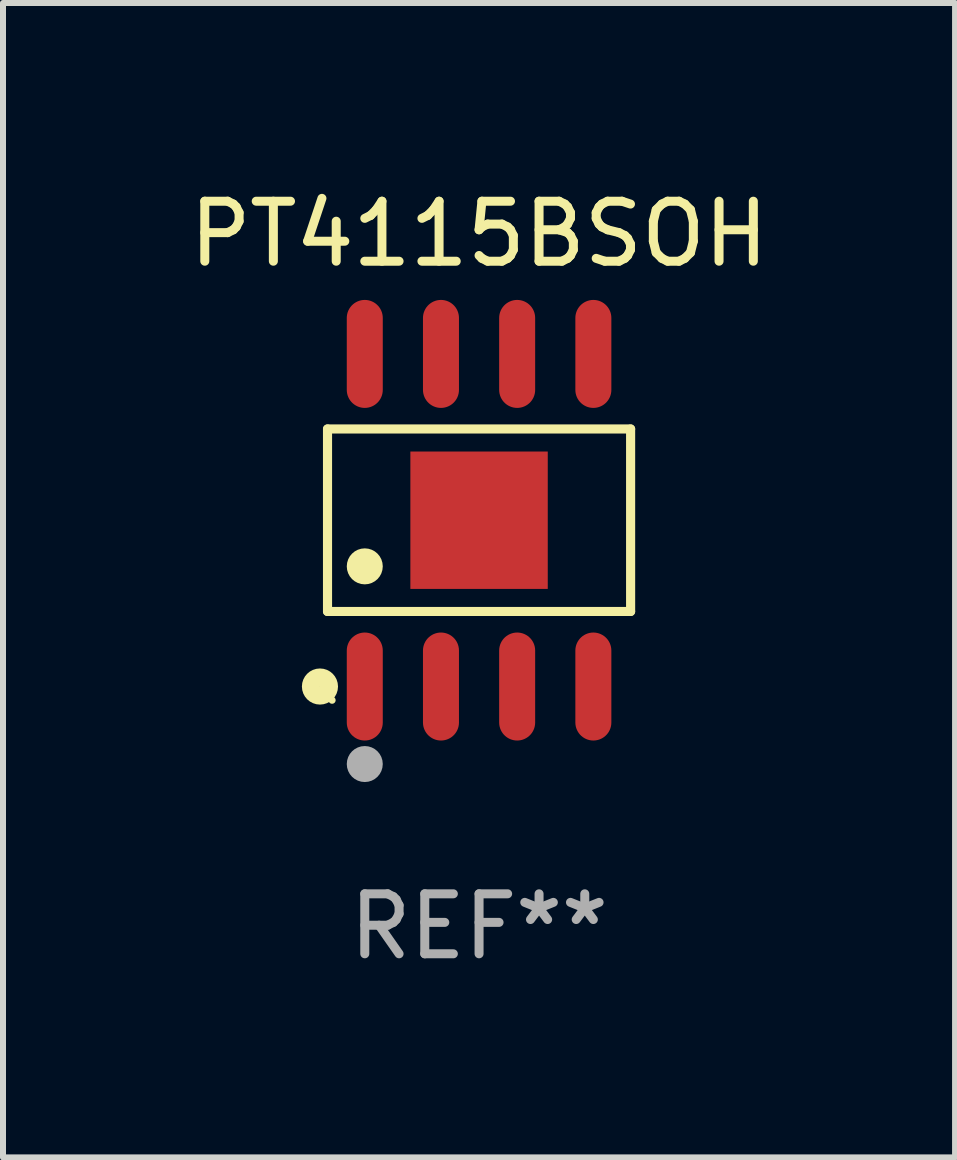
<source format=kicad_pcb>
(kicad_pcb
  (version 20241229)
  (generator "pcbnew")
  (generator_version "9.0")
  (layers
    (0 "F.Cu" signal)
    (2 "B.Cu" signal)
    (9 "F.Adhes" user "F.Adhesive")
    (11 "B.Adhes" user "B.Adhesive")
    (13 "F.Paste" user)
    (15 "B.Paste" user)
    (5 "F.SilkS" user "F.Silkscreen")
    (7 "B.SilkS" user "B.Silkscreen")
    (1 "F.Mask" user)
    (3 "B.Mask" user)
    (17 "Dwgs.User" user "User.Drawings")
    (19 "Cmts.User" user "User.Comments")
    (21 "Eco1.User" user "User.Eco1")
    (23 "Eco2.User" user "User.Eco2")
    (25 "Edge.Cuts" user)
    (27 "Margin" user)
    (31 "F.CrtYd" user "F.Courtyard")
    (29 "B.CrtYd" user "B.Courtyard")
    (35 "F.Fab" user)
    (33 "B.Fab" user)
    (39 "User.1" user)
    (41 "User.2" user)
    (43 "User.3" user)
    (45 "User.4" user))
  (footprint "PT4115BSOH"
    (layer "F.Cu")
    (at 4.935 5.621)
    (property "Reference" "PT4115BSOH" (at 0 -4.772 0) (layer "F.SilkS") (effects (font (size 1 1) (thickness 0.15))))
    (attr through_hole)
    (fp_line (start -2.526 -1.521) (end 2.526 -1.521) (stroke (width 0.152) (type solid)) (layer "F.SilkS"))
    (fp_line (start -2.526 1.521) (end -2.526 -1.521) (stroke (width 0.152) (type solid)) (layer "F.SilkS"))
    (fp_line (start 2.526 -1.521) (end 2.526 1.521) (stroke (width 0.152) (type solid)) (layer "F.SilkS"))
    (fp_line (start 2.526 1.521) (end -2.526 1.521) (stroke (width 0.152) (type solid)) (layer "F.SilkS"))
    (fp_circle (center -2.652 2.772) (end -2.501 2.772) (stroke (width 0.3) (type solid)) (fill no) (layer "F.SilkS"))
    (fp_circle (center -2.45 3) (end -2.42 3) (stroke (width 0.06) (type solid)) (fill no) (layer "F.SilkS"))
    (fp_circle (center -1.905 0.769) (end -1.755 0.769) (stroke (width 0.3) (type solid)) (fill no) (layer "F.SilkS"))
    (fp_circle (center -1.905 4.064) (end -1.755 4.064) (stroke (width 0.3) (type solid)) (fill no) (layer "F.Fab"))
    (fp_text user "REF**" (at 0 6.772 0) (layer "F.Fab") (effects (font (size 1 1) (thickness 0.15))))
    (pad "1" smd oval (at -1.905 2.772) (size 0.6 1.8) (layers "F.Cu" "F.Mask" "F.Paste"))
    (pad "2" smd oval (at -0.635 2.772) (size 0.6 1.8) (layers "F.Cu" "F.Mask" "F.Paste"))
    (pad "3" smd oval (at 0.635 2.772) (size 0.6 1.8) (layers "F.Cu" "F.Mask" "F.Paste"))
    (pad "4" smd oval (at 1.905 2.772) (size 0.6 1.8) (layers "F.Cu" "F.Mask" "F.Paste"))
    (pad "5" smd oval (at 1.905 -2.772) (size 0.6 1.8) (layers "F.Cu" "F.Mask" "F.Paste"))
    (pad "6" smd oval (at 0.635 -2.772) (size 0.6 1.8) (layers "F.Cu" "F.Mask" "F.Paste"))
    (pad "7" smd oval (at -0.635 -2.772) (size 0.6 1.8) (layers "F.Cu" "F.Mask" "F.Paste"))
    (pad "8" smd oval (at -1.905 -2.772) (size 0.6 1.8) (layers "F.Cu" "F.Mask" "F.Paste"))
    (pad "9" smd rect (at 0 0) (size 2.29 2.29) (layers "F.Cu" "F.Mask" "F.Paste")))
  (gr_rect
    (start -3 -3)
    (end 12.869 16.241)
    (stroke (width 0.1) (type default))
    (fill no)
    (layer "Edge.Cuts")))
</source>
